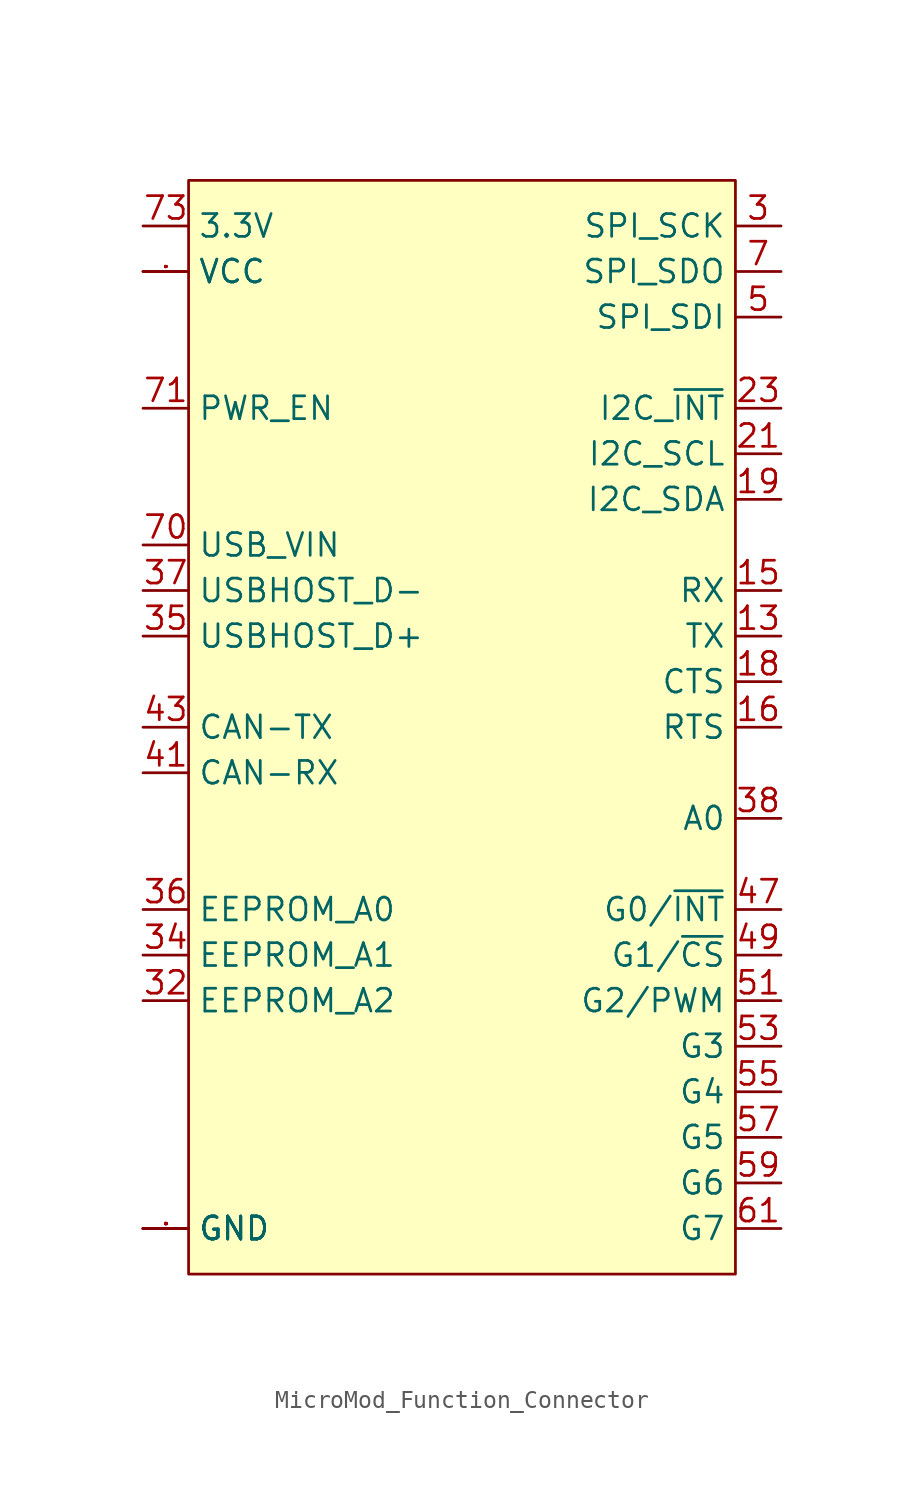
<source format=kicad_sym>
(kicad_symbol_lib
  (version 20230620)
  (generator kicad_symbol_editor)
  (symbol "MicroMod_Function_Connector"
    (property "Reference" "J"
      (at -15.24 28.448 0)
      (effects (font (size 1.778 1.511)) (justify left bottom) hide))
    (symbol "MicroMod_Function_Connector_1_0"
      (pin bidirectional line (at -17.78 -30.48 0) (length 2.54) (name "GND" (effects (font (size 1.27 1.27)))) (number "1" (effects (font (size 0.025 0.025)))))
      (pin bidirectional line (at 17.78 2.54 180) (length 2.54) (name "TX" (effects (font (size 1.27 1.27)))) (number "13" (effects (font (size 1.27 1.27)))))
      (pin bidirectional line (at 17.78 5.08 180) (length 2.54) (name "RX" (effects (font (size 1.27 1.27)))) (number "15" (effects (font (size 1.27 1.27)))))
      (pin bidirectional line (at 17.78 -2.54 180) (length 2.54) (name "RTS" (effects (font (size 1.27 1.27)))) (number "16" (effects (font (size 1.27 1.27)))))
      (pin bidirectional line (at 17.78 0 180) (length 2.54) (name "CTS" (effects (font (size 1.27 1.27)))) (number "18" (effects (font (size 1.27 1.27)))))
      (pin bidirectional line (at 17.78 10.16 180) (length 2.54) (name "I2C_SDA" (effects (font (size 1.27 1.27)))) (number "19" (effects (font (size 1.27 1.27)))))
      (pin bidirectional line (at 17.78 12.7 180) (length 2.54) (name "I2C_SCL" (effects (font (size 1.27 1.27)))) (number "21" (effects (font (size 1.27 1.27)))))
      (pin bidirectional line (at 17.78 15.24 180) (length 2.54) (name "I2C_~{INT}" (effects (font (size 1.27 1.27)))) (number "23" (effects (font (size 1.27 1.27)))))
      (pin bidirectional line (at 17.78 25.4 180) (length 2.54) (name "SPI_SCK" (effects (font (size 1.27 1.27)))) (number "3" (effects (font (size 1.27 1.27)))))
      (pin bidirectional line (at -17.78 -17.78 0) (length 2.54) (name "EEPROM_A2" (effects (font (size 1.27 1.27)))) (number "32" (effects (font (size 1.27 1.27)))))
      (pin bidirectional line (at -17.78 -30.48 0) (length 2.54) (name "GND" (effects (font (size 1.27 1.27)))) (number "33" (effects (font (size 0.025 0.025)))))
      (pin bidirectional line (at -17.78 -15.24 0) (length 2.54) (name "EEPROM_A1" (effects (font (size 1.27 1.27)))) (number "34" (effects (font (size 1.27 1.27)))))
      (pin bidirectional line (at -17.78 2.54 0) (length 2.54) (name "USBHOST_D+" (effects (font (size 1.27 1.27)))) (number "35" (effects (font (size 1.27 1.27)))))
      (pin bidirectional line (at -17.78 -12.7 0) (length 2.54) (name "EEPROM_A0" (effects (font (size 1.27 1.27)))) (number "36" (effects (font (size 1.27 1.27)))))
      (pin bidirectional line (at -17.78 5.08 0) (length 2.54) (name "USBHOST_D-" (effects (font (size 1.27 1.27)))) (number "37" (effects (font (size 1.27 1.27)))))
      (pin bidirectional line (at 17.78 -7.62 180) (length 2.54) (name "A0" (effects (font (size 1.27 1.27)))) (number "38" (effects (font (size 1.27 1.27)))))
      (pin bidirectional line (at -17.78 -30.48 0) (length 2.54) (name "GND" (effects (font (size 1.27 1.27)))) (number "39" (effects (font (size 0.025 0.025)))))
      (pin bidirectional line (at -17.78 -5.08 0) (length 2.54) (name "CAN-RX" (effects (font (size 1.27 1.27)))) (number "41" (effects (font (size 1.27 1.27)))))
      (pin bidirectional line (at -17.78 -2.54 0) (length 2.54) (name "CAN-TX" (effects (font (size 1.27 1.27)))) (number "43" (effects (font (size 1.27 1.27)))))
      (pin bidirectional line (at -17.78 -30.48 0) (length 2.54) (name "GND" (effects (font (size 1.27 1.27)))) (number "45" (effects (font (size 0.025 0.025)))))
      (pin bidirectional line (at 17.78 -12.7 180) (length 2.54) (name "G0/~{INT}" (effects (font (size 1.27 1.27)))) (number "47" (effects (font (size 1.27 1.27)))))
      (pin bidirectional line (at 17.78 -15.24 180) (length 2.54) (name "G1/~{CS}" (effects (font (size 1.27 1.27)))) (number "49" (effects (font (size 1.27 1.27)))))
      (pin bidirectional line (at 17.78 20.32 180) (length 2.54) (name "SPI_SDI" (effects (font (size 1.27 1.27)))) (number "5" (effects (font (size 1.27 1.27)))))
      (pin bidirectional line (at 17.78 -17.78 180) (length 2.54) (name "G2/PWM" (effects (font (size 1.27 1.27)))) (number "51" (effects (font (size 1.27 1.27)))))
      (pin bidirectional line (at 17.78 -20.32 180) (length 2.54) (name "G3" (effects (font (size 1.27 1.27)))) (number "53" (effects (font (size 1.27 1.27)))))
      (pin bidirectional line (at 17.78 -22.86 180) (length 2.54) (name "G4" (effects (font (size 1.27 1.27)))) (number "55" (effects (font (size 1.27 1.27)))))
      (pin bidirectional line (at 17.78 -25.4 180) (length 2.54) (name "G5" (effects (font (size 1.27 1.27)))) (number "57" (effects (font (size 1.27 1.27)))))
      (pin bidirectional line (at 17.78 -27.94 180) (length 2.54) (name "G6" (effects (font (size 1.27 1.27)))) (number "59" (effects (font (size 1.27 1.27)))))
      (pin bidirectional line (at 17.78 -30.48 180) (length 2.54) (name "G7" (effects (font (size 1.27 1.27)))) (number "61" (effects (font (size 1.27 1.27)))))
      (pin bidirectional line (at 17.78 22.86 180) (length 2.54) (name "SPI_SDO" (effects (font (size 1.27 1.27)))) (number "7" (effects (font (size 1.27 1.27)))))
      (pin bidirectional line (at -17.78 7.62 0) (length 2.54) (name "USB_VIN" (effects (font (size 1.27 1.27)))) (number "70" (effects (font (size 1.27 1.27)))))
      (pin bidirectional line (at -17.78 15.24 0) (length 2.54) (name "PWR_EN" (effects (font (size 1.27 1.27)))) (number "71" (effects (font (size 1.27 1.27)))))
      (pin bidirectional line (at -17.78 22.86 0) (length 2.54) (name "VCC" (effects (font (size 1.27 1.27)))) (number "72" (effects (font (size 0.025 0.025)))))
      (pin bidirectional line (at -17.78 25.4 0) (length 2.54) (name "3.3V" (effects (font (size 1.27 1.27)))) (number "73" (effects (font (size 1.27 1.27)))))
      (pin bidirectional line (at -17.78 22.86 0) (length 2.54) (name "VCC" (effects (font (size 1.27 1.27)))) (number "74" (effects (font (size 0.025 0.025)))))
      (pin bidirectional line (at -17.78 -30.48 0) (length 2.54) (name "GND" (effects (font (size 1.27 1.27)))) (number "75" (effects (font (size 0.025 0.025))))))
    (symbol "MicroMod_Function_Connector_1_1"
      (rectangle (start -15.24 27.94) (end 15.24 -33.02) (stroke (width 0) (type default)) (fill (type background))))))
</source>
